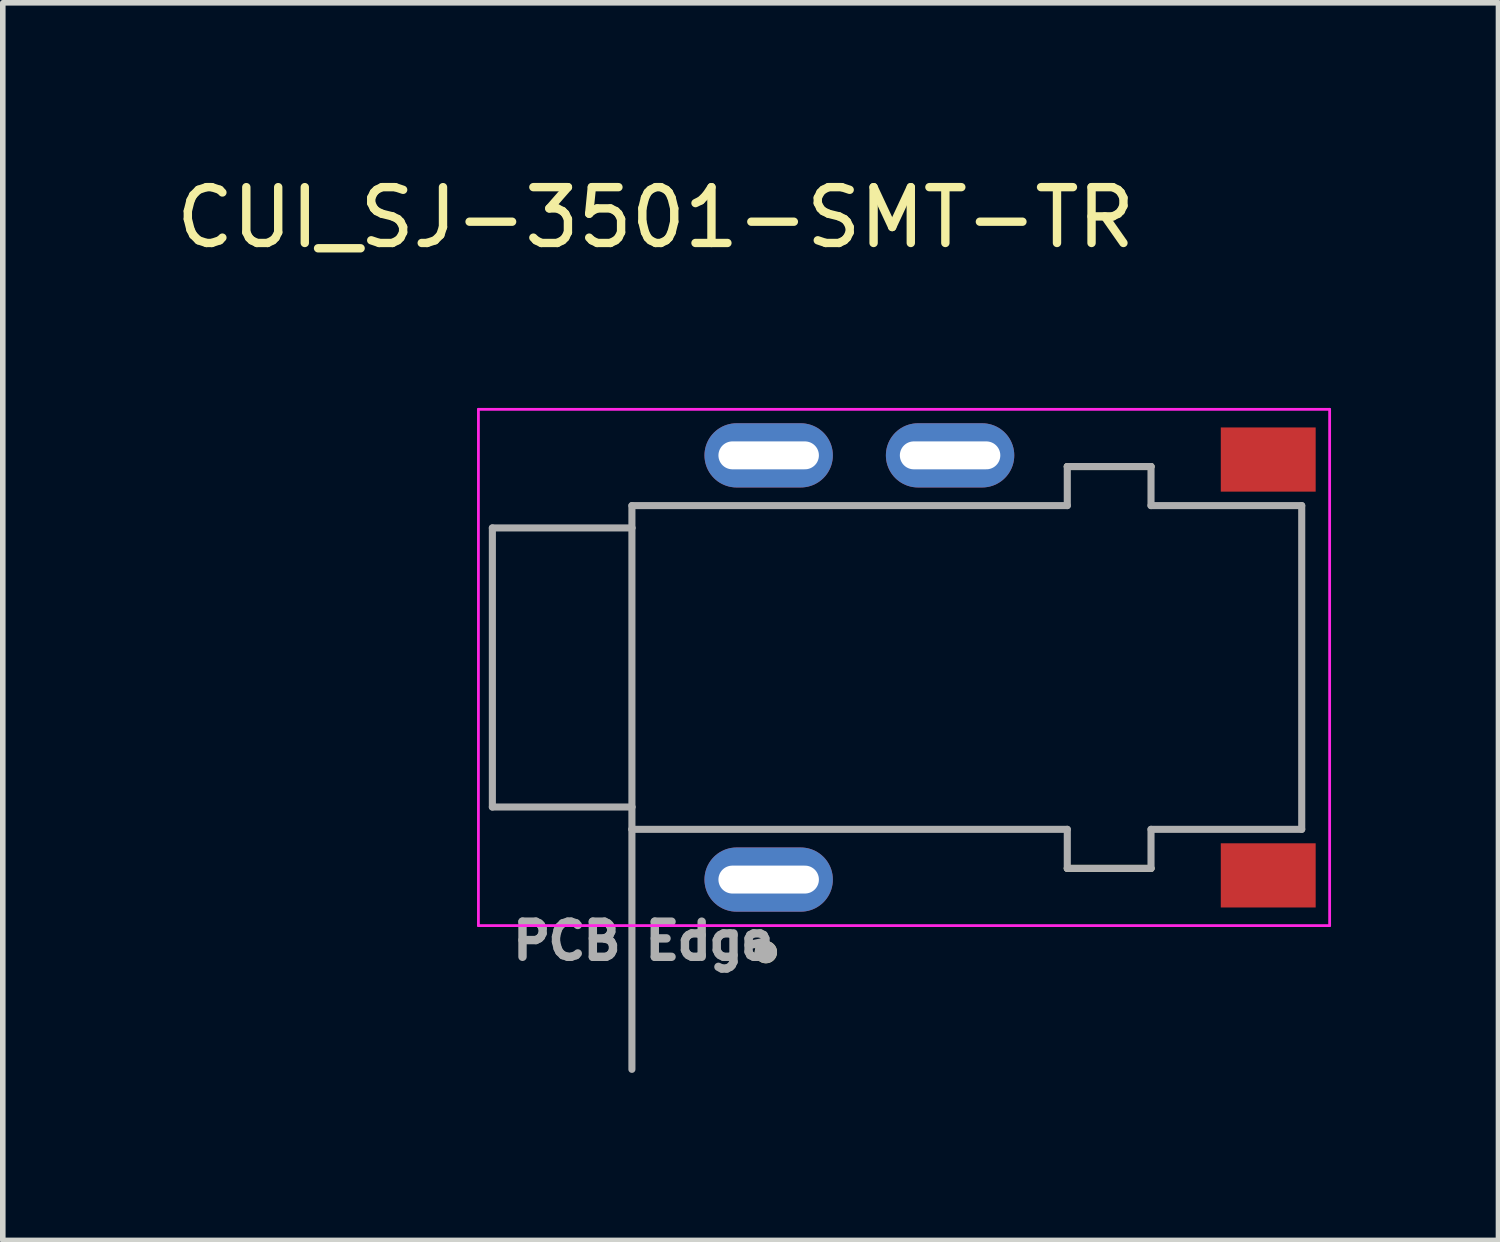
<source format=kicad_pcb>
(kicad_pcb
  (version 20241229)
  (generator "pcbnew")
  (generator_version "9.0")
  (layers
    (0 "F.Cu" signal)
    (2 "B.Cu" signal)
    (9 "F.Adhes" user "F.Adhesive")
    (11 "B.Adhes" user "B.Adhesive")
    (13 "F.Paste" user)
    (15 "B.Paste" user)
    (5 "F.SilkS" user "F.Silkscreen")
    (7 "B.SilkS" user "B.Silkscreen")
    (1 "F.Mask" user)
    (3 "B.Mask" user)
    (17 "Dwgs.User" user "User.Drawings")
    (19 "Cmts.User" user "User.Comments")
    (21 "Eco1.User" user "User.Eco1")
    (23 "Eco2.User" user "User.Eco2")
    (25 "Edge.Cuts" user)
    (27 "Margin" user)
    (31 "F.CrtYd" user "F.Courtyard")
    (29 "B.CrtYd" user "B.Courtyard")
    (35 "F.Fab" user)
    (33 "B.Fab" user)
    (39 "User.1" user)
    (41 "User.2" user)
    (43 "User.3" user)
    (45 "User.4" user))
  (footprint "CUI_SJ-3501-SMT-TR"
    (layer "F.Cu")
    (at 8.271 8.908)
    (property "Reference" "CUI_SJ-3501-SMT-TR" (at 0.425 -8.06 0) (layer "F.SilkS") (effects (font (size 1 1) (thickness 0.15))))
    (attr through_hole)
    (fp_line (start 7.8 3.6) (end 9.3 3.6) (stroke (width 0.127) (type solid)) (layer "F.SilkS"))
    (fp_line (start 9.3 -3.6) (end 7.8 -3.6) (stroke (width 0.127) (type solid)) (layer "F.SilkS"))
    (fp_circle (center 2.4 5.1) (end 2.5 5.1) (stroke (width 0.2) (type solid)) (fill no) (layer "F.SilkS"))
    (fp_line (start -2.75 -4.625) (end -2.75 4.625) (stroke (width 0.05) (type solid)) (layer "F.CrtYd"))
    (fp_line (start -2.75 4.625) (end 12.5 4.625) (stroke (width 0.05) (type solid)) (layer "F.CrtYd"))
    (fp_line (start 12.5 -4.625) (end -2.75 -4.625) (stroke (width 0.05) (type solid)) (layer "F.CrtYd"))
    (fp_line (start 12.5 4.625) (end 12.5 -4.625) (stroke (width 0.05) (type solid)) (layer "F.CrtYd"))
    (fp_line (start -2.5 -2.5) (end -2.5 2.5) (stroke (width 0.127) (type solid)) (layer "F.Fab"))
    (fp_line (start -2.5 -2.5) (end 0 -2.5) (stroke (width 0.127) (type solid)) (layer "F.Fab"))
    (fp_line (start -2.5 2.5) (end 0 2.5) (stroke (width 0.127) (type solid)) (layer "F.Fab"))
    (fp_line (start 0 -2.9) (end 0 -2.5) (stroke (width 0.127) (type solid)) (layer "F.Fab"))
    (fp_line (start 0 -2.9) (end 7.8 -2.9) (stroke (width 0.127) (type solid)) (layer "F.Fab"))
    (fp_line (start 0 -2.5) (end 0 2.5) (stroke (width 0.127) (type solid)) (layer "F.Fab"))
    (fp_line (start 0 2.5) (end 0 2.9) (stroke (width 0.127) (type solid)) (layer "F.Fab"))
    (fp_line (start 0 2.9) (end 0 7.2) (stroke (width 0.127) (type solid)) (layer "F.Fab"))
    (fp_line (start 0 2.9) (end 7.8 2.9) (stroke (width 0.127) (type solid)) (layer "F.Fab"))
    (fp_line (start 7.8 -2.9) (end 7.8 -3.6) (stroke (width 0.127) (type solid)) (layer "F.Fab"))
    (fp_line (start 7.8 2.9) (end 7.8 3.6) (stroke (width 0.127) (type solid)) (layer "F.Fab"))
    (fp_line (start 7.8 3.6) (end 9.3 3.6) (stroke (width 0.127) (type solid)) (layer "F.Fab"))
    (fp_line (start 9.3 -3.6) (end 7.8 -3.6) (stroke (width 0.127) (type solid)) (layer "F.Fab"))
    (fp_line (start 9.3 -3.6) (end 9.3 -2.9) (stroke (width 0.127) (type solid)) (layer "F.Fab"))
    (fp_line (start 9.3 -2.9) (end 12 -2.9) (stroke (width 0.127) (type solid)) (layer "F.Fab"))
    (fp_line (start 9.3 2.9) (end 12 2.9) (stroke (width 0.127) (type solid)) (layer "F.Fab"))
    (fp_line (start 9.3 3.6) (end 9.3 2.9) (stroke (width 0.127) (type solid)) (layer "F.Fab"))
    (fp_line (start 12 2.9) (end 12 -2.9) (stroke (width 0.127) (type solid)) (layer "F.Fab"))
    (fp_circle (center 2.4 5.1) (end 2.5 5.1) (stroke (width 0.2) (type solid)) (fill no) (layer "F.Fab"))
    (fp_text user "PCB Edge" (at 0.2 4.9 0) (layer "F.Fab") (effects (font (size 0.63 0.63) (thickness 0.15))))
    (pad "1" thru_hole oval (at 2.45 3.8) (size 2.3 1.15) (drill oval 1.8 0.5) (layers "*.Cu" "*.Mask"))
    (pad "2" smd rect (at 11.4 -3.725) (size 1.7 1.15) (layers "F.Cu" "F.Mask" "F.Paste"))
    (pad "3" thru_hole oval (at 5.7 -3.8) (size 2.3 1.15) (drill oval 1.8 0.5) (layers "*.Cu" "*.Mask"))
    (pad "4" smd rect (at 11.4 3.725) (size 1.7 1.15) (layers "F.Cu" "F.Mask" "F.Paste"))
    (pad "5" thru_hole oval (at 2.45 -3.8) (size 2.3 1.15) (drill oval 1.8 0.5) (layers "*.Cu" "*.Mask")))
  (gr_rect
    (start -3 -3)
    (end 23.796 19.172)
    (stroke (width 0.1) (type default))
    (fill no)
    (layer "Edge.Cuts")))
</source>
